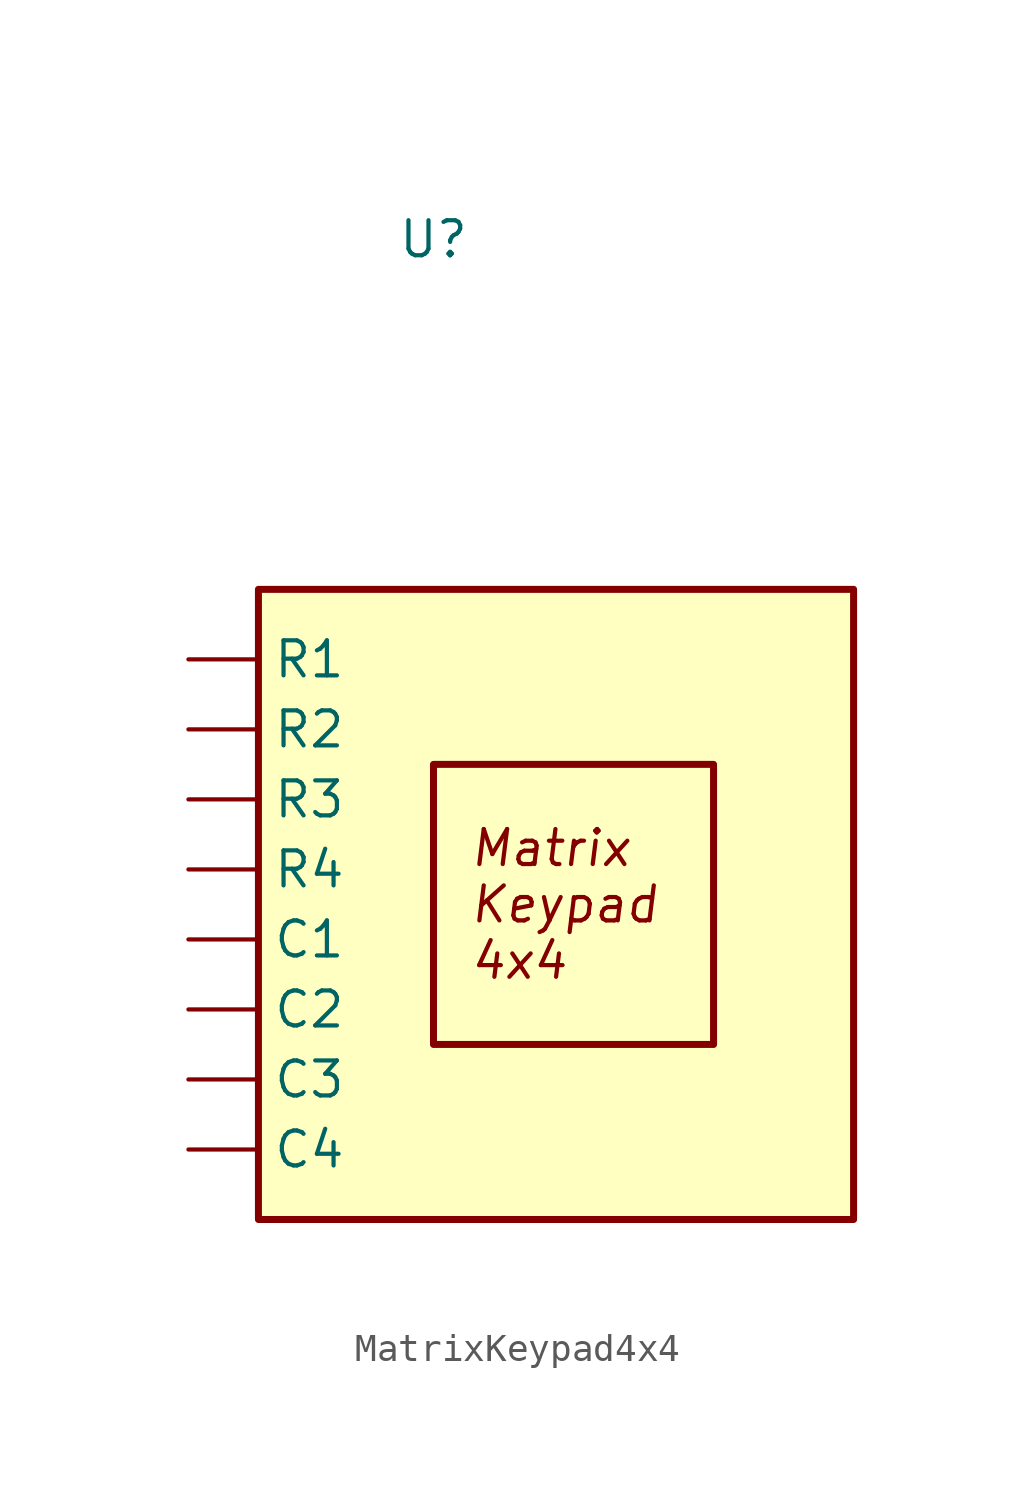
<source format=kicad_sym>
(kicad_symbol_lib
  (version 20220914)
  (generator kicad_symbol_editor)
  (symbol "MatrixKeypad4x4"
    (property "Reference" "U"
      (at -3.81 25.4 0)
      (effects (font (size 1.27 1.27))))
    (property "Value" ""
      (at 2.54 -1.27 0)
      (effects (font (size 1.27 1.27))))
    (symbol "MatrixKeypad4x4_0_1"
      (rectangle (start -10.16 12.7) (end 11.43 -10.16) (stroke (width 0.254) (type default)) (fill (type background)))
      (rectangle (start -3.81 6.35) (end 6.35 -3.81) (stroke (width 0.254) (type default)) (fill (type none))))
    (symbol "MatrixKeypad4x4_1_0"
      (text "Matrix\nKeypad\n4x4" (at -2.54 1.27 0) (effects (font (size 1.27 1.27) italic) (justify left))))
    (symbol "MatrixKeypad4x4_1_1"
      (pin output line (at -12.7 0 0) (length 2.54) (name "C1" (effects (font (size 1.27 1.27)))) (number "" (effects (font (size 1.27 1.27)))))
      (pin output line (at -12.7 -2.54 0) (length 2.54) (name "C2" (effects (font (size 1.27 1.27)))) (number "" (effects (font (size 1.27 1.27)))))
      (pin output line (at -12.7 -5.08 0) (length 2.54) (name "C3" (effects (font (size 1.27 1.27)))) (number "" (effects (font (size 1.27 1.27)))))
      (pin output line (at -12.7 -7.62 0) (length 2.54) (name "C4" (effects (font (size 1.27 1.27)))) (number "" (effects (font (size 1.27 1.27)))))
      (pin output line (at -12.7 10.16 0) (length 2.54) (name "R1" (effects (font (size 1.27 1.27)))) (number "" (effects (font (size 1.27 1.27)))))
      (pin output line (at -12.7 7.62 0) (length 2.54) (name "R2" (effects (font (size 1.27 1.27)))) (number "" (effects (font (size 1.27 1.27)))))
      (pin output line (at -12.7 5.08 0) (length 2.54) (name "R3" (effects (font (size 1.27 1.27)))) (number "" (effects (font (size 1.27 1.27)))))
      (pin output line (at -12.7 2.54 0) (length 2.54) (name "R4" (effects (font (size 1.27 1.27)))) (number "" (effects (font (size 1.27 1.27))))))))
</source>
